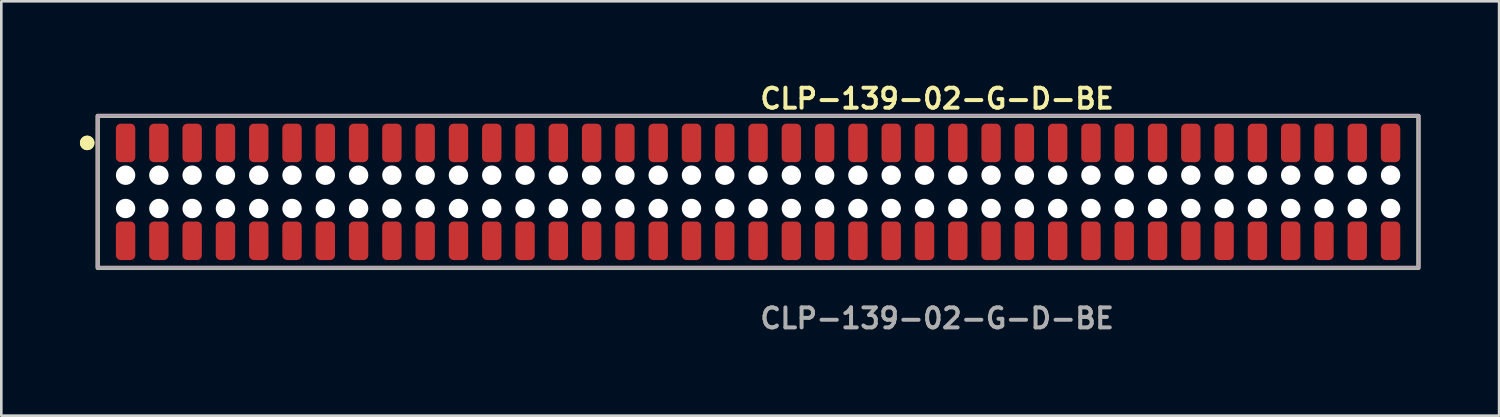
<source format=kicad_pcb>
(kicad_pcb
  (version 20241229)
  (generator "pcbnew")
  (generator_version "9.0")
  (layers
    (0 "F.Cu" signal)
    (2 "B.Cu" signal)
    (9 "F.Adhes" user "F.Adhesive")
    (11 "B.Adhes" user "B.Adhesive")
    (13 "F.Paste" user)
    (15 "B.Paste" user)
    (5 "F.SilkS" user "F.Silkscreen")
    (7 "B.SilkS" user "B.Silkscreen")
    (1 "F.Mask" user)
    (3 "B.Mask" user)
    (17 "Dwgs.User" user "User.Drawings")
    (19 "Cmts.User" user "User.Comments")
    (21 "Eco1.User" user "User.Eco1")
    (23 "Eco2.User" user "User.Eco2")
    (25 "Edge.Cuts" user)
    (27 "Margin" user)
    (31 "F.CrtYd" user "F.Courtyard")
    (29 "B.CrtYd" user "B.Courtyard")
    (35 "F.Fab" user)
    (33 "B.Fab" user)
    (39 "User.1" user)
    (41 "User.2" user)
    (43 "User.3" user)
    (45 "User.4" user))
  (footprint "CLP-139-02-G-D-BE"
    (layer "F.Cu")
    (at 25.871 4.269)
    (property "Reference" "CLP-139-02-G-D-BE" (at 0 -3.556 0) (unlocked yes) (layer "F.SilkS") (effects (font (size 0.762 0.762) (thickness 0.152)) (justify left)))
    (fp_rect (start -25.195 2.9) (end 25.195 -2.9) (stroke (width 0.152) (type solid)) (fill no) (layer "F.SilkS"))
    (fp_circle (center -25.595 -1.867) (end -25.795 -1.867) (stroke (width 0.152) (type solid)) (fill yes) (layer "F.SilkS"))
    (fp_circle (center -25.595 -1.867) (end -25.795 -1.867) (stroke (width 0.152) (type solid)) (fill yes) (layer "F.SilkS"))
    (fp_rect (start -25.195 2.9) (end 25.195 -2.9) (stroke (width 0.006) (type solid)) (fill no) (layer "F.CrtYd"))
    (fp_rect (start -25.195 2.9) (end 25.195 -2.9) (stroke (width 0.152) (type solid)) (fill no) (layer "F.Fab"))
    (fp_text user "${REFERENCE}" (at 0 4.826 0) (unlocked yes) (layer "F.Fab") (effects (font (size 0.762 0.762) (thickness 0.152)) (justify left)))
    (pad "" np_thru_hole circle (at -24.13 -0.635) (size 0.74 0.74) (drill 0.74) (layers "*.Cu" "*.Mask"))
    (pad "" np_thru_hole circle (at -24.13 0.635) (size 0.74 0.74) (drill 0.74) (layers "*.Cu" "*.Mask"))
    (pad "" np_thru_hole circle (at -22.86 -0.635) (size 0.74 0.74) (drill 0.74) (layers "*.Cu" "*.Mask"))
    (pad "" np_thru_hole circle (at -22.86 0.635) (size 0.74 0.74) (drill 0.74) (layers "*.Cu" "*.Mask"))
    (pad "" np_thru_hole circle (at -21.59 -0.635) (size 0.74 0.74) (drill 0.74) (layers "*.Cu" "*.Mask"))
    (pad "" np_thru_hole circle (at -21.59 0.635) (size 0.74 0.74) (drill 0.74) (layers "*.Cu" "*.Mask"))
    (pad "" np_thru_hole circle (at -20.32 -0.635) (size 0.74 0.74) (drill 0.74) (layers "*.Cu" "*.Mask"))
    (pad "" np_thru_hole circle (at -20.32 0.635) (size 0.74 0.74) (drill 0.74) (layers "*.Cu" "*.Mask"))
    (pad "" np_thru_hole circle (at -19.05 -0.635) (size 0.74 0.74) (drill 0.74) (layers "*.Cu" "*.Mask"))
    (pad "" np_thru_hole circle (at -19.05 0.635) (size 0.74 0.74) (drill 0.74) (layers "*.Cu" "*.Mask"))
    (pad "" np_thru_hole circle (at -17.78 -0.635) (size 0.74 0.74) (drill 0.74) (layers "*.Cu" "*.Mask"))
    (pad "" np_thru_hole circle (at -17.78 0.635) (size 0.74 0.74) (drill 0.74) (layers "*.Cu" "*.Mask"))
    (pad "" np_thru_hole circle (at -16.51 -0.635) (size 0.74 0.74) (drill 0.74) (layers "*.Cu" "*.Mask"))
    (pad "" np_thru_hole circle (at -16.51 0.635) (size 0.74 0.74) (drill 0.74) (layers "*.Cu" "*.Mask"))
    (pad "" np_thru_hole circle (at -15.24 -0.635) (size 0.74 0.74) (drill 0.74) (layers "*.Cu" "*.Mask"))
    (pad "" np_thru_hole circle (at -15.24 0.635) (size 0.74 0.74) (drill 0.74) (layers "*.Cu" "*.Mask"))
    (pad "" np_thru_hole circle (at -13.97 -0.635) (size 0.74 0.74) (drill 0.74) (layers "*.Cu" "*.Mask"))
    (pad "" np_thru_hole circle (at -13.97 0.635) (size 0.74 0.74) (drill 0.74) (layers "*.Cu" "*.Mask"))
    (pad "" np_thru_hole circle (at -12.7 -0.635) (size 0.74 0.74) (drill 0.74) (layers "*.Cu" "*.Mask"))
    (pad "" np_thru_hole circle (at -12.7 0.635) (size 0.74 0.74) (drill 0.74) (layers "*.Cu" "*.Mask"))
    (pad "" np_thru_hole circle (at -11.43 -0.635) (size 0.74 0.74) (drill 0.74) (layers "*.Cu" "*.Mask"))
    (pad "" np_thru_hole circle (at -11.43 0.635) (size 0.74 0.74) (drill 0.74) (layers "*.Cu" "*.Mask"))
    (pad "" np_thru_hole circle (at -10.16 -0.635) (size 0.74 0.74) (drill 0.74) (layers "*.Cu" "*.Mask"))
    (pad "" np_thru_hole circle (at -10.16 0.635) (size 0.74 0.74) (drill 0.74) (layers "*.Cu" "*.Mask"))
    (pad "" np_thru_hole circle (at -8.89 -0.635) (size 0.74 0.74) (drill 0.74) (layers "*.Cu" "*.Mask"))
    (pad "" np_thru_hole circle (at -8.89 0.635) (size 0.74 0.74) (drill 0.74) (layers "*.Cu" "*.Mask"))
    (pad "" np_thru_hole circle (at -7.62 -0.635) (size 0.74 0.74) (drill 0.74) (layers "*.Cu" "*.Mask"))
    (pad "" np_thru_hole circle (at -7.62 0.635) (size 0.74 0.74) (drill 0.74) (layers "*.Cu" "*.Mask"))
    (pad "" np_thru_hole circle (at -6.35 -0.635) (size 0.74 0.74) (drill 0.74) (layers "*.Cu" "*.Mask"))
    (pad "" np_thru_hole circle (at -6.35 0.635) (size 0.74 0.74) (drill 0.74) (layers "*.Cu" "*.Mask"))
    (pad "" np_thru_hole circle (at -5.08 -0.635) (size 0.74 0.74) (drill 0.74) (layers "*.Cu" "*.Mask"))
    (pad "" np_thru_hole circle (at -5.08 0.635) (size 0.74 0.74) (drill 0.74) (layers "*.Cu" "*.Mask"))
    (pad "" np_thru_hole circle (at -3.81 -0.635) (size 0.74 0.74) (drill 0.74) (layers "*.Cu" "*.Mask"))
    (pad "" np_thru_hole circle (at -3.81 0.635) (size 0.74 0.74) (drill 0.74) (layers "*.Cu" "*.Mask"))
    (pad "" np_thru_hole circle (at -2.54 -0.635) (size 0.74 0.74) (drill 0.74) (layers "*.Cu" "*.Mask"))
    (pad "" np_thru_hole circle (at -2.54 0.635) (size 0.74 0.74) (drill 0.74) (layers "*.Cu" "*.Mask"))
    (pad "" np_thru_hole circle (at -1.27 -0.635) (size 0.74 0.74) (drill 0.74) (layers "*.Cu" "*.Mask"))
    (pad "" np_thru_hole circle (at -1.27 0.635) (size 0.74 0.74) (drill 0.74) (layers "*.Cu" "*.Mask"))
    (pad "" np_thru_hole circle (at 0 -0.635) (size 0.74 0.74) (drill 0.74) (layers "*.Cu" "*.Mask"))
    (pad "" np_thru_hole circle (at 0 0.635) (size 0.74 0.74) (drill 0.74) (layers "*.Cu" "*.Mask"))
    (pad "" np_thru_hole circle (at 1.27 -0.635) (size 0.74 0.74) (drill 0.74) (layers "*.Cu" "*.Mask"))
    (pad "" np_thru_hole circle (at 1.27 0.635) (size 0.74 0.74) (drill 0.74) (layers "*.Cu" "*.Mask"))
    (pad "" np_thru_hole circle (at 2.54 -0.635) (size 0.74 0.74) (drill 0.74) (layers "*.Cu" "*.Mask"))
    (pad "" np_thru_hole circle (at 2.54 0.635) (size 0.74 0.74) (drill 0.74) (layers "*.Cu" "*.Mask"))
    (pad "" np_thru_hole circle (at 3.81 -0.635) (size 0.74 0.74) (drill 0.74) (layers "*.Cu" "*.Mask"))
    (pad "" np_thru_hole circle (at 3.81 0.635) (size 0.74 0.74) (drill 0.74) (layers "*.Cu" "*.Mask"))
    (pad "" np_thru_hole circle (at 5.08 -0.635) (size 0.74 0.74) (drill 0.74) (layers "*.Cu" "*.Mask"))
    (pad "" np_thru_hole circle (at 5.08 0.635) (size 0.74 0.74) (drill 0.74) (layers "*.Cu" "*.Mask"))
    (pad "" np_thru_hole circle (at 6.35 -0.635) (size 0.74 0.74) (drill 0.74) (layers "*.Cu" "*.Mask"))
    (pad "" np_thru_hole circle (at 6.35 0.635) (size 0.74 0.74) (drill 0.74) (layers "*.Cu" "*.Mask"))
    (pad "" np_thru_hole circle (at 7.62 -0.635) (size 0.74 0.74) (drill 0.74) (layers "*.Cu" "*.Mask"))
    (pad "" np_thru_hole circle (at 7.62 0.635) (size 0.74 0.74) (drill 0.74) (layers "*.Cu" "*.Mask"))
    (pad "" np_thru_hole circle (at 8.89 -0.635) (size 0.74 0.74) (drill 0.74) (layers "*.Cu" "*.Mask"))
    (pad "" np_thru_hole circle (at 8.89 0.635) (size 0.74 0.74) (drill 0.74) (layers "*.Cu" "*.Mask"))
    (pad "" np_thru_hole circle (at 10.16 -0.635) (size 0.74 0.74) (drill 0.74) (layers "*.Cu" "*.Mask"))
    (pad "" np_thru_hole circle (at 10.16 0.635) (size 0.74 0.74) (drill 0.74) (layers "*.Cu" "*.Mask"))
    (pad "" np_thru_hole circle (at 11.43 -0.635) (size 0.74 0.74) (drill 0.74) (layers "*.Cu" "*.Mask"))
    (pad "" np_thru_hole circle (at 11.43 0.635) (size 0.74 0.74) (drill 0.74) (layers "*.Cu" "*.Mask"))
    (pad "" np_thru_hole circle (at 12.7 -0.635) (size 0.74 0.74) (drill 0.74) (layers "*.Cu" "*.Mask"))
    (pad "" np_thru_hole circle (at 12.7 0.635) (size 0.74 0.74) (drill 0.74) (layers "*.Cu" "*.Mask"))
    (pad "" np_thru_hole circle (at 13.97 -0.635) (size 0.74 0.74) (drill 0.74) (layers "*.Cu" "*.Mask"))
    (pad "" np_thru_hole circle (at 13.97 0.635) (size 0.74 0.74) (drill 0.74) (layers "*.Cu" "*.Mask"))
    (pad "" np_thru_hole circle (at 15.24 -0.635) (size 0.74 0.74) (drill 0.74) (layers "*.Cu" "*.Mask"))
    (pad "" np_thru_hole circle (at 15.24 0.635) (size 0.74 0.74) (drill 0.74) (layers "*.Cu" "*.Mask"))
    (pad "" np_thru_hole circle (at 16.51 -0.635) (size 0.74 0.74) (drill 0.74) (layers "*.Cu" "*.Mask"))
    (pad "" np_thru_hole circle (at 16.51 0.635) (size 0.74 0.74) (drill 0.74) (layers "*.Cu" "*.Mask"))
    (pad "" np_thru_hole circle (at 17.78 -0.635) (size 0.74 0.74) (drill 0.74) (layers "*.Cu" "*.Mask"))
    (pad "" np_thru_hole circle (at 17.78 0.635) (size 0.74 0.74) (drill 0.74) (layers "*.Cu" "*.Mask"))
    (pad "" np_thru_hole circle (at 19.05 -0.635) (size 0.74 0.74) (drill 0.74) (layers "*.Cu" "*.Mask"))
    (pad "" np_thru_hole circle (at 19.05 0.635) (size 0.74 0.74) (drill 0.74) (layers "*.Cu" "*.Mask"))
    (pad "" np_thru_hole circle (at 20.32 -0.635) (size 0.74 0.74) (drill 0.74) (layers "*.Cu" "*.Mask"))
    (pad "" np_thru_hole circle (at 20.32 0.635) (size 0.74 0.74) (drill 0.74) (layers "*.Cu" "*.Mask"))
    (pad "" np_thru_hole circle (at 21.59 -0.635) (size 0.74 0.74) (drill 0.74) (layers "*.Cu" "*.Mask"))
    (pad "" np_thru_hole circle (at 21.59 0.635) (size 0.74 0.74) (drill 0.74) (layers "*.Cu" "*.Mask"))
    (pad "" np_thru_hole circle (at 22.86 -0.635) (size 0.74 0.74) (drill 0.74) (layers "*.Cu" "*.Mask"))
    (pad "" np_thru_hole circle (at 22.86 0.635) (size 0.74 0.74) (drill 0.74) (layers "*.Cu" "*.Mask"))
    (pad "" np_thru_hole circle (at 24.13 -0.635) (size 0.74 0.74) (drill 0.74) (layers "*.Cu" "*.Mask"))
    (pad "" np_thru_hole circle (at 24.13 0.635) (size 0.74 0.74) (drill 0.74) (layers "*.Cu" "*.Mask"))
    (pad "1" smd roundrect (at -24.13 -1.867) (size 0.74 1.47) (layers "F.Cu" "F.Paste") (roundrect_rratio 0.25))
    (pad "2" smd roundrect (at -24.13 1.867) (size 0.74 1.47) (layers "F.Cu" "F.Paste") (roundrect_rratio 0.25))
    (pad "3" smd roundrect (at -22.86 -1.867) (size 0.74 1.47) (layers "F.Cu" "F.Paste") (roundrect_rratio 0.25))
    (pad "4" smd roundrect (at -22.86 1.867) (size 0.74 1.47) (layers "F.Cu" "F.Paste") (roundrect_rratio 0.25))
    (pad "5" smd roundrect (at -21.59 -1.867) (size 0.74 1.47) (layers "F.Cu" "F.Paste") (roundrect_rratio 0.25))
    (pad "6" smd roundrect (at -21.59 1.867) (size 0.74 1.47) (layers "F.Cu" "F.Paste") (roundrect_rratio 0.25))
    (pad "7" smd roundrect (at -20.32 -1.867) (size 0.74 1.47) (layers "F.Cu" "F.Paste") (roundrect_rratio 0.25))
    (pad "8" smd roundrect (at -20.32 1.867) (size 0.74 1.47) (layers "F.Cu" "F.Paste") (roundrect_rratio 0.25))
    (pad "9" smd roundrect (at -19.05 -1.867) (size 0.74 1.47) (layers "F.Cu" "F.Paste") (roundrect_rratio 0.25))
    (pad "10" smd roundrect (at -19.05 1.867) (size 0.74 1.47) (layers "F.Cu" "F.Paste") (roundrect_rratio 0.25))
    (pad "11" smd roundrect (at -17.78 -1.867) (size 0.74 1.47) (layers "F.Cu" "F.Paste") (roundrect_rratio 0.25))
    (pad "12" smd roundrect (at -17.78 1.867) (size 0.74 1.47) (layers "F.Cu" "F.Paste") (roundrect_rratio 0.25))
    (pad "13" smd roundrect (at -16.51 -1.867) (size 0.74 1.47) (layers "F.Cu" "F.Paste") (roundrect_rratio 0.25))
    (pad "14" smd roundrect (at -16.51 1.867) (size 0.74 1.47) (layers "F.Cu" "F.Paste") (roundrect_rratio 0.25))
    (pad "15" smd roundrect (at -15.24 -1.867) (size 0.74 1.47) (layers "F.Cu" "F.Paste") (roundrect_rratio 0.25))
    (pad "16" smd roundrect (at -15.24 1.867) (size 0.74 1.47) (layers "F.Cu" "F.Paste") (roundrect_rratio 0.25))
    (pad "17" smd roundrect (at -13.97 -1.867) (size 0.74 1.47) (layers "F.Cu" "F.Paste") (roundrect_rratio 0.25))
    (pad "18" smd roundrect (at -13.97 1.867) (size 0.74 1.47) (layers "F.Cu" "F.Paste") (roundrect_rratio 0.25))
    (pad "19" smd roundrect (at -12.7 -1.867) (size 0.74 1.47) (layers "F.Cu" "F.Paste") (roundrect_rratio 0.25))
    (pad "20" smd roundrect (at -12.7 1.867) (size 0.74 1.47) (layers "F.Cu" "F.Paste") (roundrect_rratio 0.25))
    (pad "21" smd roundrect (at -11.43 -1.867) (size 0.74 1.47) (layers "F.Cu" "F.Paste") (roundrect_rratio 0.25))
    (pad "22" smd roundrect (at -11.43 1.867) (size 0.74 1.47) (layers "F.Cu" "F.Paste") (roundrect_rratio 0.25))
    (pad "23" smd roundrect (at -10.16 -1.867) (size 0.74 1.47) (layers "F.Cu" "F.Paste") (roundrect_rratio 0.25))
    (pad "24" smd roundrect (at -10.16 1.867) (size 0.74 1.47) (layers "F.Cu" "F.Paste") (roundrect_rratio 0.25))
    (pad "25" smd roundrect (at -8.89 -1.867) (size 0.74 1.47) (layers "F.Cu" "F.Paste") (roundrect_rratio 0.25))
    (pad "26" smd roundrect (at -8.89 1.867) (size 0.74 1.47) (layers "F.Cu" "F.Paste") (roundrect_rratio 0.25))
    (pad "27" smd roundrect (at -7.62 -1.867) (size 0.74 1.47) (layers "F.Cu" "F.Paste") (roundrect_rratio 0.25))
    (pad "28" smd roundrect (at -7.62 1.867) (size 0.74 1.47) (layers "F.Cu" "F.Paste") (roundrect_rratio 0.25))
    (pad "29" smd roundrect (at -6.35 -1.867) (size 0.74 1.47) (layers "F.Cu" "F.Paste") (roundrect_rratio 0.25))
    (pad "30" smd roundrect (at -6.35 1.867) (size 0.74 1.47) (layers "F.Cu" "F.Paste") (roundrect_rratio 0.25))
    (pad "31" smd roundrect (at -5.08 -1.867) (size 0.74 1.47) (layers "F.Cu" "F.Paste") (roundrect_rratio 0.25))
    (pad "32" smd roundrect (at -5.08 1.867) (size 0.74 1.47) (layers "F.Cu" "F.Paste") (roundrect_rratio 0.25))
    (pad "33" smd roundrect (at -3.81 -1.867) (size 0.74 1.47) (layers "F.Cu" "F.Paste") (roundrect_rratio 0.25))
    (pad "34" smd roundrect (at -3.81 1.867) (size 0.74 1.47) (layers "F.Cu" "F.Paste") (roundrect_rratio 0.25))
    (pad "35" smd roundrect (at -2.54 -1.867) (size 0.74 1.47) (layers "F.Cu" "F.Paste") (roundrect_rratio 0.25))
    (pad "36" smd roundrect (at -2.54 1.867) (size 0.74 1.47) (layers "F.Cu" "F.Paste") (roundrect_rratio 0.25))
    (pad "37" smd roundrect (at -1.27 -1.867) (size 0.74 1.47) (layers "F.Cu" "F.Paste") (roundrect_rratio 0.25))
    (pad "38" smd roundrect (at -1.27 1.867) (size 0.74 1.47) (layers "F.Cu" "F.Paste") (roundrect_rratio 0.25))
    (pad "39" smd roundrect (at 0 -1.867) (size 0.74 1.47) (layers "F.Cu" "F.Paste") (roundrect_rratio 0.25))
    (pad "40" smd roundrect (at 0 1.867) (size 0.74 1.47) (layers "F.Cu" "F.Paste") (roundrect_rratio 0.25))
    (pad "41" smd roundrect (at 1.27 -1.867) (size 0.74 1.47) (layers "F.Cu" "F.Paste") (roundrect_rratio 0.25))
    (pad "42" smd roundrect (at 1.27 1.867) (size 0.74 1.47) (layers "F.Cu" "F.Paste") (roundrect_rratio 0.25))
    (pad "43" smd roundrect (at 2.54 -1.867) (size 0.74 1.47) (layers "F.Cu" "F.Paste") (roundrect_rratio 0.25))
    (pad "44" smd roundrect (at 2.54 1.867) (size 0.74 1.47) (layers "F.Cu" "F.Paste") (roundrect_rratio 0.25))
    (pad "45" smd roundrect (at 3.81 -1.867) (size 0.74 1.47) (layers "F.Cu" "F.Paste") (roundrect_rratio 0.25))
    (pad "46" smd roundrect (at 3.81 1.867) (size 0.74 1.47) (layers "F.Cu" "F.Paste") (roundrect_rratio 0.25))
    (pad "47" smd roundrect (at 5.08 -1.867) (size 0.74 1.47) (layers "F.Cu" "F.Paste") (roundrect_rratio 0.25))
    (pad "48" smd roundrect (at 5.08 1.867) (size 0.74 1.47) (layers "F.Cu" "F.Paste") (roundrect_rratio 0.25))
    (pad "49" smd roundrect (at 6.35 -1.867) (size 0.74 1.47) (layers "F.Cu" "F.Paste") (roundrect_rratio 0.25))
    (pad "50" smd roundrect (at 6.35 1.867) (size 0.74 1.47) (layers "F.Cu" "F.Paste") (roundrect_rratio 0.25))
    (pad "51" smd roundrect (at 7.62 -1.867) (size 0.74 1.47) (layers "F.Cu" "F.Paste") (roundrect_rratio 0.25))
    (pad "52" smd roundrect (at 7.62 1.867) (size 0.74 1.47) (layers "F.Cu" "F.Paste") (roundrect_rratio 0.25))
    (pad "53" smd roundrect (at 8.89 -1.867) (size 0.74 1.47) (layers "F.Cu" "F.Paste") (roundrect_rratio 0.25))
    (pad "54" smd roundrect (at 8.89 1.867) (size 0.74 1.47) (layers "F.Cu" "F.Paste") (roundrect_rratio 0.25))
    (pad "55" smd roundrect (at 10.16 -1.867) (size 0.74 1.47) (layers "F.Cu" "F.Paste") (roundrect_rratio 0.25))
    (pad "56" smd roundrect (at 10.16 1.867) (size 0.74 1.47) (layers "F.Cu" "F.Paste") (roundrect_rratio 0.25))
    (pad "57" smd roundrect (at 11.43 -1.867) (size 0.74 1.47) (layers "F.Cu" "F.Paste") (roundrect_rratio 0.25))
    (pad "58" smd roundrect (at 11.43 1.867) (size 0.74 1.47) (layers "F.Cu" "F.Paste") (roundrect_rratio 0.25))
    (pad "59" smd roundrect (at 12.7 -1.867) (size 0.74 1.47) (layers "F.Cu" "F.Paste") (roundrect_rratio 0.25))
    (pad "60" smd roundrect (at 12.7 1.867) (size 0.74 1.47) (layers "F.Cu" "F.Paste") (roundrect_rratio 0.25))
    (pad "61" smd roundrect (at 13.97 -1.867) (size 0.74 1.47) (layers "F.Cu" "F.Paste") (roundrect_rratio 0.25))
    (pad "62" smd roundrect (at 13.97 1.867) (size 0.74 1.47) (layers "F.Cu" "F.Paste") (roundrect_rratio 0.25))
    (pad "63" smd roundrect (at 15.24 -1.867) (size 0.74 1.47) (layers "F.Cu" "F.Paste") (roundrect_rratio 0.25))
    (pad "64" smd roundrect (at 15.24 1.867) (size 0.74 1.47) (layers "F.Cu" "F.Paste") (roundrect_rratio 0.25))
    (pad "65" smd roundrect (at 16.51 -1.867) (size 0.74 1.47) (layers "F.Cu" "F.Paste") (roundrect_rratio 0.25))
    (pad "66" smd roundrect (at 16.51 1.867) (size 0.74 1.47) (layers "F.Cu" "F.Paste") (roundrect_rratio 0.25))
    (pad "67" smd roundrect (at 17.78 -1.867) (size 0.74 1.47) (layers "F.Cu" "F.Paste") (roundrect_rratio 0.25))
    (pad "68" smd roundrect (at 17.78 1.867) (size 0.74 1.47) (layers "F.Cu" "F.Paste") (roundrect_rratio 0.25))
    (pad "69" smd roundrect (at 19.05 -1.867) (size 0.74 1.47) (layers "F.Cu" "F.Paste") (roundrect_rratio 0.25))
    (pad "70" smd roundrect (at 19.05 1.867) (size 0.74 1.47) (layers "F.Cu" "F.Paste") (roundrect_rratio 0.25))
    (pad "71" smd roundrect (at 20.32 -1.867) (size 0.74 1.47) (layers "F.Cu" "F.Paste") (roundrect_rratio 0.25))
    (pad "72" smd roundrect (at 20.32 1.867) (size 0.74 1.47) (layers "F.Cu" "F.Paste") (roundrect_rratio 0.25))
    (pad "73" smd roundrect (at 21.59 -1.867) (size 0.74 1.47) (layers "F.Cu" "F.Paste") (roundrect_rratio 0.25))
    (pad "74" smd roundrect (at 21.59 1.867) (size 0.74 1.47) (layers "F.Cu" "F.Paste") (roundrect_rratio 0.25))
    (pad "75" smd roundrect (at 22.86 -1.867) (size 0.74 1.47) (layers "F.Cu" "F.Paste") (roundrect_rratio 0.25))
    (pad "76" smd roundrect (at 22.86 1.867) (size 0.74 1.47) (layers "F.Cu" "F.Paste") (roundrect_rratio 0.25))
    (pad "77" smd roundrect (at 24.13 -1.867) (size 0.74 1.47) (layers "F.Cu" "F.Paste") (roundrect_rratio 0.25))
    (pad "78" smd roundrect (at 24.13 1.867) (size 0.74 1.47) (layers "F.Cu" "F.Paste") (roundrect_rratio 0.25)))
  (gr_rect
    (start -3 -3)
    (end 54.142 12.808)
    (stroke (width 0.1) (type default))
    (fill no)
    (layer "Edge.Cuts")))
</source>
